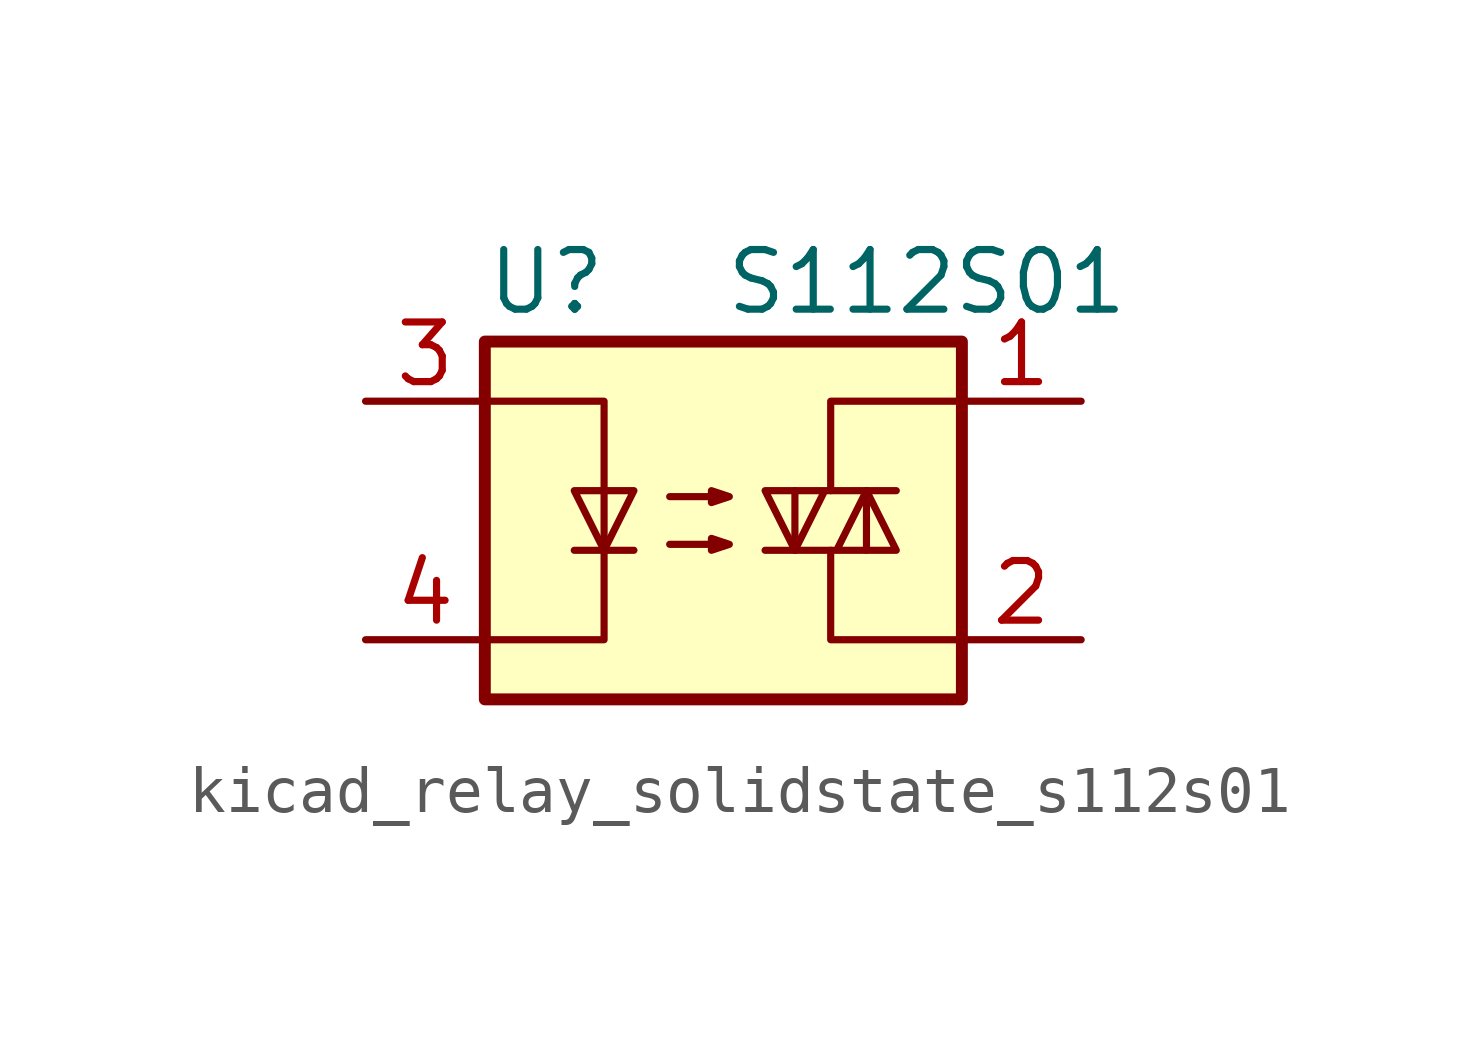
<source format=kicad_sym>
(kicad_symbol_lib
  (version 20220914)
  (generator kicad_symbol_editor)
  (symbol "kicad_relay_solidstate_s112s01"
    (property "Reference" "U"
      (at -5.08 5.08 0)
      (effects (font (size 1.27 1.27)) (justify left)))
    (property "Value" "S112S01"
      (at 0 5.08 0)
      (effects (font (size 1.27 1.27)) (justify left)))
    (symbol "kicad_relay_solidstate_s112s01_0_1"
      (rectangle (start -5.08 3.81) (end 5.08 -3.81) (stroke (width 0.254) (type default)) (fill (type background)))
      (polyline (pts (xy -3.175 -0.635) (xy -1.905 -0.635)) (stroke (width 0) (type default)) (fill (type none)))
      (polyline (pts (xy 1.524 -0.635) (xy 1.524 0.635)) (stroke (width 0) (type default)) (fill (type none)))
      (polyline (pts (xy 3.048 0.635) (xy 3.048 -0.635)) (stroke (width 0) (type default)) (fill (type none)))
      (polyline (pts (xy 2.286 -0.635) (xy 2.286 -2.54) (xy 5.08 -2.54)) (stroke (width 0) (type default)) (fill (type none)))
      (polyline (pts (xy 2.286 0.635) (xy 2.286 2.54) (xy 5.08 2.54)) (stroke (width 0) (type default)) (fill (type none)))
      (polyline (pts (xy -5.08 2.54) (xy -2.54 2.54) (xy -2.54 -2.54) (xy -5.08 -2.54)) (stroke (width 0) (type default)) (fill (type none)))
      (polyline (pts (xy -2.54 -0.635) (xy -3.175 0.635) (xy -1.905 0.635) (xy -2.54 -0.635)) (stroke (width 0) (type default)) (fill (type none)))
      (polyline (pts (xy 0.889 -0.635) (xy 3.683 -0.635) (xy 3.048 0.635) (xy 2.413 -0.635)) (stroke (width 0) (type default)) (fill (type none)))
      (polyline (pts (xy 3.683 0.635) (xy 0.889 0.635) (xy 1.524 -0.635) (xy 2.159 0.635)) (stroke (width 0) (type default)) (fill (type none)))
      (polyline (pts (xy -1.143 -0.508) (xy 0.127 -0.508) (xy -0.254 -0.635) (xy -0.254 -0.381) (xy 0.127 -0.508)) (stroke (width 0) (type default)) (fill (type none)))
      (polyline (pts (xy -1.143 0.508) (xy 0.127 0.508) (xy -0.254 0.381) (xy -0.254 0.635) (xy 0.127 0.508)) (stroke (width 0) (type default)) (fill (type none))))
    (symbol "kicad_relay_solidstate_s112s01_1_1"
      (pin passive line (at 7.62 2.54 180) (length 2.54) (name "~" (effects (font (size 1.27 1.27)))) (number "1" (effects (font (size 1.27 1.27)))))
      (pin passive line (at 7.62 -2.54 180) (length 2.54) (name "~" (effects (font (size 1.27 1.27)))) (number "2" (effects (font (size 1.27 1.27)))))
      (pin passive line (at -7.62 2.54 0) (length 2.54) (name "~" (effects (font (size 1.27 1.27)))) (number "3" (effects (font (size 1.27 1.27)))))
      (pin passive line (at -7.62 -2.54 0) (length 2.54) (name "~" (effects (font (size 1.27 1.27)))) (number "4" (effects (font (size 1.27 1.27))))))))
</source>
